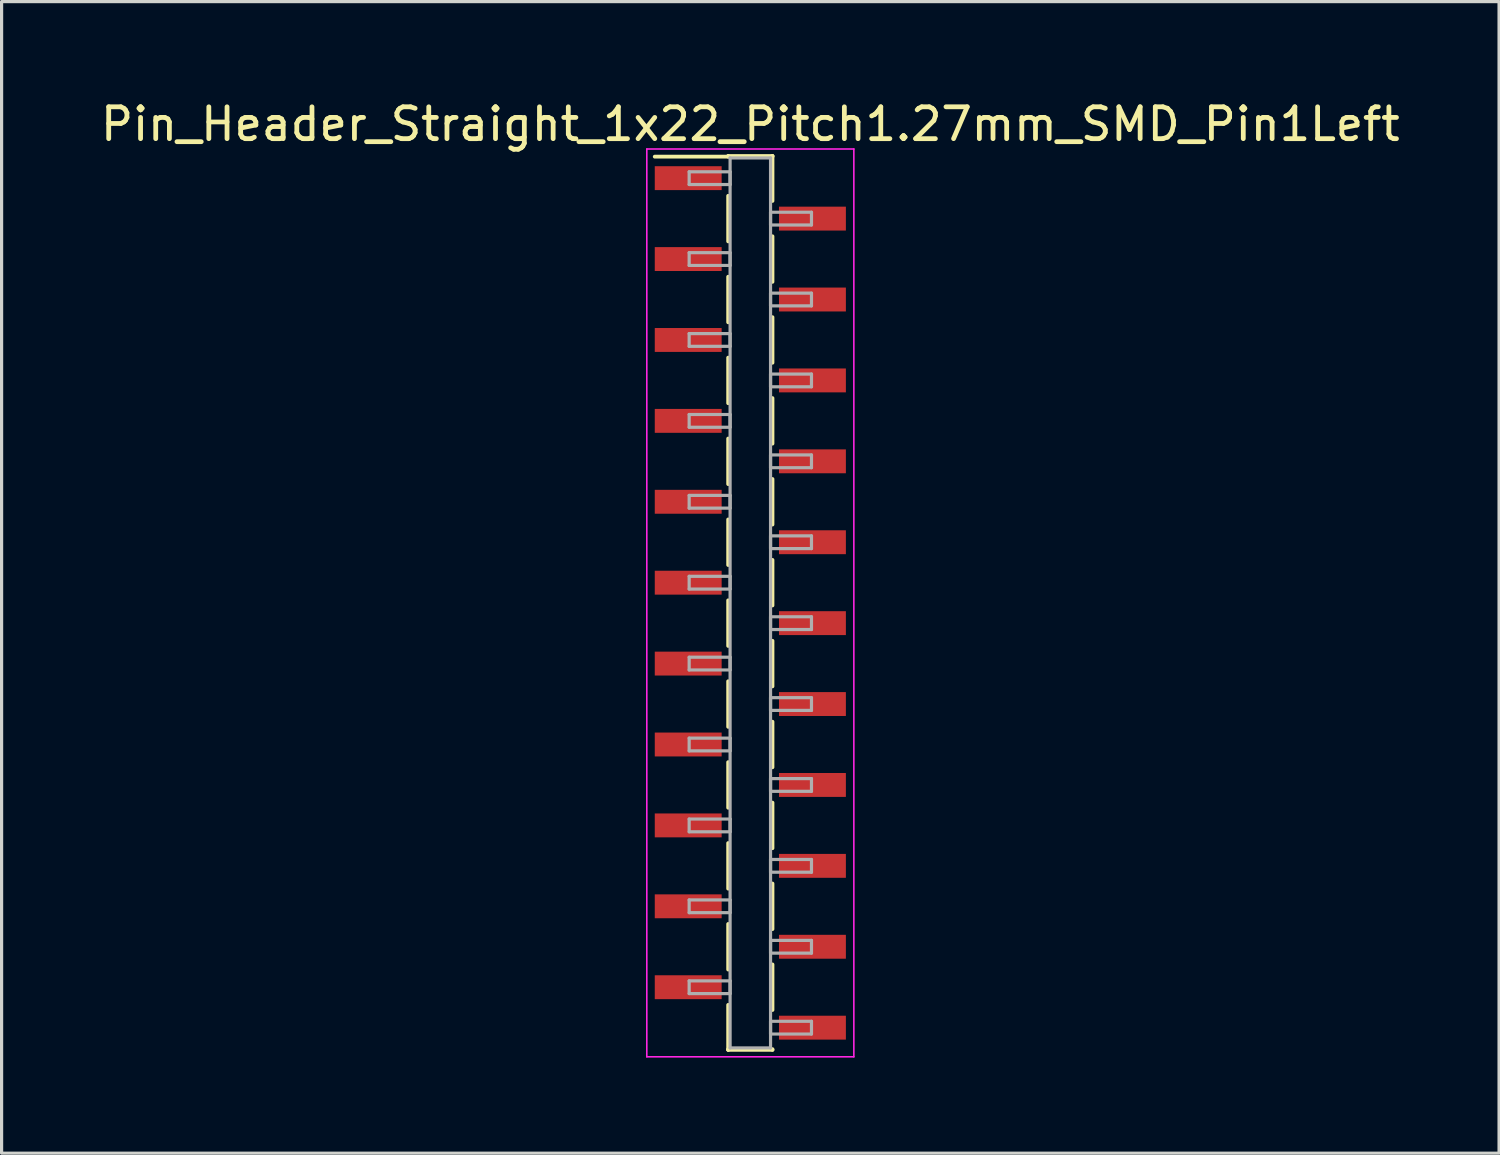
<source format=kicad_pcb>
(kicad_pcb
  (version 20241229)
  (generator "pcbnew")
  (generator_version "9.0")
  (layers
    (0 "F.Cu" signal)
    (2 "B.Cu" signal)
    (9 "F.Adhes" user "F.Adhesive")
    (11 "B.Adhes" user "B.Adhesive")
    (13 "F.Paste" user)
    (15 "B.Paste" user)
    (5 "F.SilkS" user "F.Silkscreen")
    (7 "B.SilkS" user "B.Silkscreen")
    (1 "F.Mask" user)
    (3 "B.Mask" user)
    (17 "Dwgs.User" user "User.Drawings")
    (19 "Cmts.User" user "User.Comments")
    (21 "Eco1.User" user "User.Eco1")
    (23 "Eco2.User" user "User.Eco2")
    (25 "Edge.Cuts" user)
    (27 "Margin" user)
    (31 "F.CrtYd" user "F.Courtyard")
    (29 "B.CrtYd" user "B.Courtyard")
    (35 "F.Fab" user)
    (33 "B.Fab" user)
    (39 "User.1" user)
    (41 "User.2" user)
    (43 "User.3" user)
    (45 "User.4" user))
  (footprint "Pin_Header_Straight_1x22_Pitch1.27mm_SMD_Pin1Left"
    (layer "F.Cu")
    (at 20.506 15.878)
    (property "Reference" "Pin_Header_Straight_1x22_Pitch1.27mm_SMD_Pin1Left" (at 0 -15.03 0) (layer "F.SilkS") (effects (font (size 1 1) (thickness 0.15))))
    (attr smd)
    (fp_line (start -0.695 -14.03) (end 0.695 -14.03) (stroke (width 0.12) (type solid)) (layer "F.SilkS"))
    (fp_line (start -0.695 -14.01) (end -3 -14.01) (stroke (width 0.12) (type solid)) (layer "F.SilkS"))
    (fp_line (start -0.695 -14.01) (end -0.695 -14.03) (stroke (width 0.12) (type solid)) (layer "F.SilkS"))
    (fp_line (start -0.695 -12.78) (end -0.695 -11.35) (stroke (width 0.12) (type solid)) (layer "F.SilkS"))
    (fp_line (start -0.695 -10.24) (end -0.695 -8.81) (stroke (width 0.12) (type solid)) (layer "F.SilkS"))
    (fp_line (start -0.695 -7.7) (end -0.695 -6.27) (stroke (width 0.12) (type solid)) (layer "F.SilkS"))
    (fp_line (start -0.695 -5.16) (end -0.695 -3.73) (stroke (width 0.12) (type solid)) (layer "F.SilkS"))
    (fp_line (start -0.695 -2.62) (end -0.695 -1.19) (stroke (width 0.12) (type solid)) (layer "F.SilkS"))
    (fp_line (start -0.695 -0.08) (end -0.695 1.35) (stroke (width 0.12) (type solid)) (layer "F.SilkS"))
    (fp_line (start -0.695 2.46) (end -0.695 3.89) (stroke (width 0.12) (type solid)) (layer "F.SilkS"))
    (fp_line (start -0.695 5) (end -0.695 6.43) (stroke (width 0.12) (type solid)) (layer "F.SilkS"))
    (fp_line (start -0.695 7.54) (end -0.695 8.97) (stroke (width 0.12) (type solid)) (layer "F.SilkS"))
    (fp_line (start -0.695 10.08) (end -0.695 11.51) (stroke (width 0.12) (type solid)) (layer "F.SilkS"))
    (fp_line (start -0.695 12.62) (end -0.695 14.03) (stroke (width 0.12) (type solid)) (layer "F.SilkS"))
    (fp_line (start -0.695 14.01) (end -0.695 14.03) (stroke (width 0.12) (type solid)) (layer "F.SilkS"))
    (fp_line (start -0.695 14.03) (end 0.695 14.03) (stroke (width 0.12) (type solid)) (layer "F.SilkS"))
    (fp_line (start 0.695 -14.03) (end 0.695 -14.01) (stroke (width 0.12) (type solid)) (layer "F.SilkS"))
    (fp_line (start 0.695 -14.03) (end 0.695 -12.62) (stroke (width 0.12) (type solid)) (layer "F.SilkS"))
    (fp_line (start 0.695 -11.51) (end 0.695 -10.08) (stroke (width 0.12) (type solid)) (layer "F.SilkS"))
    (fp_line (start 0.695 -8.97) (end 0.695 -7.54) (stroke (width 0.12) (type solid)) (layer "F.SilkS"))
    (fp_line (start 0.695 -6.43) (end 0.695 -5) (stroke (width 0.12) (type solid)) (layer "F.SilkS"))
    (fp_line (start 0.695 -3.89) (end 0.695 -2.46) (stroke (width 0.12) (type solid)) (layer "F.SilkS"))
    (fp_line (start 0.695 -1.35) (end 0.695 0.08) (stroke (width 0.12) (type solid)) (layer "F.SilkS"))
    (fp_line (start 0.695 1.19) (end 0.695 2.62) (stroke (width 0.12) (type solid)) (layer "F.SilkS"))
    (fp_line (start 0.695 3.73) (end 0.695 5.16) (stroke (width 0.12) (type solid)) (layer "F.SilkS"))
    (fp_line (start 0.695 6.27) (end 0.695 7.7) (stroke (width 0.12) (type solid)) (layer "F.SilkS"))
    (fp_line (start 0.695 8.81) (end 0.695 10.24) (stroke (width 0.12) (type solid)) (layer "F.SilkS"))
    (fp_line (start 0.695 11.35) (end 0.695 12.78) (stroke (width 0.12) (type solid)) (layer "F.SilkS"))
    (fp_line (start 0.695 14.03) (end 0.695 14.01) (stroke (width 0.12) (type solid)) (layer "F.SilkS"))
    (fp_line (start -3.25 -14.25) (end -3.25 14.25) (stroke (width 0.05) (type solid)) (layer "F.CrtYd"))
    (fp_line (start -3.25 14.25) (end 3.25 14.25) (stroke (width 0.05) (type solid)) (layer "F.CrtYd"))
    (fp_line (start 3.25 -14.25) (end -3.25 -14.25) (stroke (width 0.05) (type solid)) (layer "F.CrtYd"))
    (fp_line (start 3.25 14.25) (end 3.25 -14.25) (stroke (width 0.05) (type solid)) (layer "F.CrtYd"))
    (fp_line (start -1.92 -13.535) (end -0.635 -13.535) (stroke (width 0.1) (type solid)) (layer "F.Fab"))
    (fp_line (start -1.92 -13.135) (end -1.92 -13.535) (stroke (width 0.1) (type solid)) (layer "F.Fab"))
    (fp_line (start -1.92 -10.995) (end -0.635 -10.995) (stroke (width 0.1) (type solid)) (layer "F.Fab"))
    (fp_line (start -1.92 -10.595) (end -1.92 -10.995) (stroke (width 0.1) (type solid)) (layer "F.Fab"))
    (fp_line (start -1.92 -8.455) (end -0.635 -8.455) (stroke (width 0.1) (type solid)) (layer "F.Fab"))
    (fp_line (start -1.92 -8.055) (end -1.92 -8.455) (stroke (width 0.1) (type solid)) (layer "F.Fab"))
    (fp_line (start -1.92 -5.915) (end -0.635 -5.915) (stroke (width 0.1) (type solid)) (layer "F.Fab"))
    (fp_line (start -1.92 -5.515) (end -1.92 -5.915) (stroke (width 0.1) (type solid)) (layer "F.Fab"))
    (fp_line (start -1.92 -3.375) (end -0.635 -3.375) (stroke (width 0.1) (type solid)) (layer "F.Fab"))
    (fp_line (start -1.92 -2.975) (end -1.92 -3.375) (stroke (width 0.1) (type solid)) (layer "F.Fab"))
    (fp_line (start -1.92 -0.835) (end -0.635 -0.835) (stroke (width 0.1) (type solid)) (layer "F.Fab"))
    (fp_line (start -1.92 -0.435) (end -1.92 -0.835) (stroke (width 0.1) (type solid)) (layer "F.Fab"))
    (fp_line (start -1.92 1.705) (end -0.635 1.705) (stroke (width 0.1) (type solid)) (layer "F.Fab"))
    (fp_line (start -1.92 2.105) (end -1.92 1.705) (stroke (width 0.1) (type solid)) (layer "F.Fab"))
    (fp_line (start -1.92 4.245) (end -0.635 4.245) (stroke (width 0.1) (type solid)) (layer "F.Fab"))
    (fp_line (start -1.92 4.645) (end -1.92 4.245) (stroke (width 0.1) (type solid)) (layer "F.Fab"))
    (fp_line (start -1.92 6.785) (end -0.635 6.785) (stroke (width 0.1) (type solid)) (layer "F.Fab"))
    (fp_line (start -1.92 7.185) (end -1.92 6.785) (stroke (width 0.1) (type solid)) (layer "F.Fab"))
    (fp_line (start -1.92 9.325) (end -0.635 9.325) (stroke (width 0.1) (type solid)) (layer "F.Fab"))
    (fp_line (start -1.92 9.725) (end -1.92 9.325) (stroke (width 0.1) (type solid)) (layer "F.Fab"))
    (fp_line (start -1.92 11.865) (end -0.635 11.865) (stroke (width 0.1) (type solid)) (layer "F.Fab"))
    (fp_line (start -1.92 12.265) (end -1.92 11.865) (stroke (width 0.1) (type solid)) (layer "F.Fab"))
    (fp_line (start -0.635 -13.97) (end -0.635 13.97) (stroke (width 0.1) (type solid)) (layer "F.Fab"))
    (fp_line (start -0.635 -13.535) (end -0.635 -13.135) (stroke (width 0.1) (type solid)) (layer "F.Fab"))
    (fp_line (start -0.635 -13.135) (end -1.92 -13.135) (stroke (width 0.1) (type solid)) (layer "F.Fab"))
    (fp_line (start -0.635 -10.995) (end -0.635 -10.595) (stroke (width 0.1) (type solid)) (layer "F.Fab"))
    (fp_line (start -0.635 -10.595) (end -1.92 -10.595) (stroke (width 0.1) (type solid)) (layer "F.Fab"))
    (fp_line (start -0.635 -8.455) (end -0.635 -8.055) (stroke (width 0.1) (type solid)) (layer "F.Fab"))
    (fp_line (start -0.635 -8.055) (end -1.92 -8.055) (stroke (width 0.1) (type solid)) (layer "F.Fab"))
    (fp_line (start -0.635 -5.915) (end -0.635 -5.515) (stroke (width 0.1) (type solid)) (layer "F.Fab"))
    (fp_line (start -0.635 -5.515) (end -1.92 -5.515) (stroke (width 0.1) (type solid)) (layer "F.Fab"))
    (fp_line (start -0.635 -3.375) (end -0.635 -2.975) (stroke (width 0.1) (type solid)) (layer "F.Fab"))
    (fp_line (start -0.635 -2.975) (end -1.92 -2.975) (stroke (width 0.1) (type solid)) (layer "F.Fab"))
    (fp_line (start -0.635 -0.835) (end -0.635 -0.435) (stroke (width 0.1) (type solid)) (layer "F.Fab"))
    (fp_line (start -0.635 -0.435) (end -1.92 -0.435) (stroke (width 0.1) (type solid)) (layer "F.Fab"))
    (fp_line (start -0.635 1.705) (end -0.635 2.105) (stroke (width 0.1) (type solid)) (layer "F.Fab"))
    (fp_line (start -0.635 2.105) (end -1.92 2.105) (stroke (width 0.1) (type solid)) (layer "F.Fab"))
    (fp_line (start -0.635 4.245) (end -0.635 4.645) (stroke (width 0.1) (type solid)) (layer "F.Fab"))
    (fp_line (start -0.635 4.645) (end -1.92 4.645) (stroke (width 0.1) (type solid)) (layer "F.Fab"))
    (fp_line (start -0.635 6.785) (end -0.635 7.185) (stroke (width 0.1) (type solid)) (layer "F.Fab"))
    (fp_line (start -0.635 7.185) (end -1.92 7.185) (stroke (width 0.1) (type solid)) (layer "F.Fab"))
    (fp_line (start -0.635 9.325) (end -0.635 9.725) (stroke (width 0.1) (type solid)) (layer "F.Fab"))
    (fp_line (start -0.635 9.725) (end -1.92 9.725) (stroke (width 0.1) (type solid)) (layer "F.Fab"))
    (fp_line (start -0.635 11.865) (end -0.635 12.265) (stroke (width 0.1) (type solid)) (layer "F.Fab"))
    (fp_line (start -0.635 12.265) (end -1.92 12.265) (stroke (width 0.1) (type solid)) (layer "F.Fab"))
    (fp_line (start -0.635 13.97) (end 0.635 13.97) (stroke (width 0.1) (type solid)) (layer "F.Fab"))
    (fp_line (start 0.635 -13.97) (end -0.635 -13.97) (stroke (width 0.1) (type solid)) (layer "F.Fab"))
    (fp_line (start 0.635 -12.265) (end 0.635 -11.865) (stroke (width 0.1) (type solid)) (layer "F.Fab"))
    (fp_line (start 0.635 -11.865) (end 1.92 -11.865) (stroke (width 0.1) (type solid)) (layer "F.Fab"))
    (fp_line (start 0.635 -9.725) (end 0.635 -9.325) (stroke (width 0.1) (type solid)) (layer "F.Fab"))
    (fp_line (start 0.635 -9.325) (end 1.92 -9.325) (stroke (width 0.1) (type solid)) (layer "F.Fab"))
    (fp_line (start 0.635 -7.185) (end 0.635 -6.785) (stroke (width 0.1) (type solid)) (layer "F.Fab"))
    (fp_line (start 0.635 -6.785) (end 1.92 -6.785) (stroke (width 0.1) (type solid)) (layer "F.Fab"))
    (fp_line (start 0.635 -4.645) (end 0.635 -4.245) (stroke (width 0.1) (type solid)) (layer "F.Fab"))
    (fp_line (start 0.635 -4.245) (end 1.92 -4.245) (stroke (width 0.1) (type solid)) (layer "F.Fab"))
    (fp_line (start 0.635 -2.105) (end 0.635 -1.705) (stroke (width 0.1) (type solid)) (layer "F.Fab"))
    (fp_line (start 0.635 -1.705) (end 1.92 -1.705) (stroke (width 0.1) (type solid)) (layer "F.Fab"))
    (fp_line (start 0.635 0.435) (end 0.635 0.835) (stroke (width 0.1) (type solid)) (layer "F.Fab"))
    (fp_line (start 0.635 0.835) (end 1.92 0.835) (stroke (width 0.1) (type solid)) (layer "F.Fab"))
    (fp_line (start 0.635 2.975) (end 0.635 3.375) (stroke (width 0.1) (type solid)) (layer "F.Fab"))
    (fp_line (start 0.635 3.375) (end 1.92 3.375) (stroke (width 0.1) (type solid)) (layer "F.Fab"))
    (fp_line (start 0.635 5.515) (end 0.635 5.915) (stroke (width 0.1) (type solid)) (layer "F.Fab"))
    (fp_line (start 0.635 5.915) (end 1.92 5.915) (stroke (width 0.1) (type solid)) (layer "F.Fab"))
    (fp_line (start 0.635 8.055) (end 0.635 8.455) (stroke (width 0.1) (type solid)) (layer "F.Fab"))
    (fp_line (start 0.635 8.455) (end 1.92 8.455) (stroke (width 0.1) (type solid)) (layer "F.Fab"))
    (fp_line (start 0.635 10.595) (end 0.635 10.995) (stroke (width 0.1) (type solid)) (layer "F.Fab"))
    (fp_line (start 0.635 10.995) (end 1.92 10.995) (stroke (width 0.1) (type solid)) (layer "F.Fab"))
    (fp_line (start 0.635 13.135) (end 0.635 13.535) (stroke (width 0.1) (type solid)) (layer "F.Fab"))
    (fp_line (start 0.635 13.535) (end 1.92 13.535) (stroke (width 0.1) (type solid)) (layer "F.Fab"))
    (fp_line (start 0.635 13.97) (end 0.635 -13.97) (stroke (width 0.1) (type solid)) (layer "F.Fab"))
    (fp_line (start 1.92 -12.265) (end 0.635 -12.265) (stroke (width 0.1) (type solid)) (layer "F.Fab"))
    (fp_line (start 1.92 -11.865) (end 1.92 -12.265) (stroke (width 0.1) (type solid)) (layer "F.Fab"))
    (fp_line (start 1.92 -9.725) (end 0.635 -9.725) (stroke (width 0.1) (type solid)) (layer "F.Fab"))
    (fp_line (start 1.92 -9.325) (end 1.92 -9.725) (stroke (width 0.1) (type solid)) (layer "F.Fab"))
    (fp_line (start 1.92 -7.185) (end 0.635 -7.185) (stroke (width 0.1) (type solid)) (layer "F.Fab"))
    (fp_line (start 1.92 -6.785) (end 1.92 -7.185) (stroke (width 0.1) (type solid)) (layer "F.Fab"))
    (fp_line (start 1.92 -4.645) (end 0.635 -4.645) (stroke (width 0.1) (type solid)) (layer "F.Fab"))
    (fp_line (start 1.92 -4.245) (end 1.92 -4.645) (stroke (width 0.1) (type solid)) (layer "F.Fab"))
    (fp_line (start 1.92 -2.105) (end 0.635 -2.105) (stroke (width 0.1) (type solid)) (layer "F.Fab"))
    (fp_line (start 1.92 -1.705) (end 1.92 -2.105) (stroke (width 0.1) (type solid)) (layer "F.Fab"))
    (fp_line (start 1.92 0.435) (end 0.635 0.435) (stroke (width 0.1) (type solid)) (layer "F.Fab"))
    (fp_line (start 1.92 0.835) (end 1.92 0.435) (stroke (width 0.1) (type solid)) (layer "F.Fab"))
    (fp_line (start 1.92 2.975) (end 0.635 2.975) (stroke (width 0.1) (type solid)) (layer "F.Fab"))
    (fp_line (start 1.92 3.375) (end 1.92 2.975) (stroke (width 0.1) (type solid)) (layer "F.Fab"))
    (fp_line (start 1.92 5.515) (end 0.635 5.515) (stroke (width 0.1) (type solid)) (layer "F.Fab"))
    (fp_line (start 1.92 5.915) (end 1.92 5.515) (stroke (width 0.1) (type solid)) (layer "F.Fab"))
    (fp_line (start 1.92 8.055) (end 0.635 8.055) (stroke (width 0.1) (type solid)) (layer "F.Fab"))
    (fp_line (start 1.92 8.455) (end 1.92 8.055) (stroke (width 0.1) (type solid)) (layer "F.Fab"))
    (fp_line (start 1.92 10.595) (end 0.635 10.595) (stroke (width 0.1) (type solid)) (layer "F.Fab"))
    (fp_line (start 1.92 10.995) (end 1.92 10.595) (stroke (width 0.1) (type solid)) (layer "F.Fab"))
    (fp_line (start 1.92 13.135) (end 0.635 13.135) (stroke (width 0.1) (type solid)) (layer "F.Fab"))
    (fp_line (start 1.92 13.535) (end 1.92 13.135) (stroke (width 0.1) (type solid)) (layer "F.Fab"))
    (pad "1" smd rect (at -1.95 -13.335) (size 2.1 0.75) (layers "F.Cu" "F.Mask"))
    (pad "2" smd rect (at 1.95 -12.065) (size 2.1 0.75) (layers "F.Cu" "F.Mask"))
    (pad "3" smd rect (at -1.95 -10.795) (size 2.1 0.75) (layers "F.Cu" "F.Mask"))
    (pad "4" smd rect (at 1.95 -9.525) (size 2.1 0.75) (layers "F.Cu" "F.Mask"))
    (pad "5" smd rect (at -1.95 -8.255) (size 2.1 0.75) (layers "F.Cu" "F.Mask"))
    (pad "6" smd rect (at 1.95 -6.985) (size 2.1 0.75) (layers "F.Cu" "F.Mask"))
    (pad "7" smd rect (at -1.95 -5.715) (size 2.1 0.75) (layers "F.Cu" "F.Mask"))
    (pad "8" smd rect (at 1.95 -4.445) (size 2.1 0.75) (layers "F.Cu" "F.Mask"))
    (pad "9" smd rect (at -1.95 -3.175) (size 2.1 0.75) (layers "F.Cu" "F.Mask"))
    (pad "10" smd rect (at 1.95 -1.905) (size 2.1 0.75) (layers "F.Cu" "F.Mask"))
    (pad "11" smd rect (at -1.95 -0.635) (size 2.1 0.75) (layers "F.Cu" "F.Mask"))
    (pad "12" smd rect (at 1.95 0.635) (size 2.1 0.75) (layers "F.Cu" "F.Mask"))
    (pad "13" smd rect (at -1.95 1.905) (size 2.1 0.75) (layers "F.Cu" "F.Mask"))
    (pad "14" smd rect (at 1.95 3.175) (size 2.1 0.75) (layers "F.Cu" "F.Mask"))
    (pad "15" smd rect (at -1.95 4.445) (size 2.1 0.75) (layers "F.Cu" "F.Mask"))
    (pad "16" smd rect (at 1.95 5.715) (size 2.1 0.75) (layers "F.Cu" "F.Mask"))
    (pad "17" smd rect (at -1.95 6.985) (size 2.1 0.75) (layers "F.Cu" "F.Mask"))
    (pad "18" smd rect (at 1.95 8.255) (size 2.1 0.75) (layers "F.Cu" "F.Mask"))
    (pad "19" smd rect (at -1.95 9.525) (size 2.1 0.75) (layers "F.Cu" "F.Mask"))
    (pad "20" smd rect (at 1.95 10.795) (size 2.1 0.75) (layers "F.Cu" "F.Mask"))
    (pad "21" smd rect (at -1.95 12.065) (size 2.1 0.75) (layers "F.Cu" "F.Mask"))
    (pad "22" smd rect (at 1.95 13.335) (size 2.1 0.75) (layers "F.Cu" "F.Mask")))
  (gr_rect
    (start -3 -3)
    (end 44.012 33.153)
    (stroke (width 0.1) (type default))
    (fill no)
    (layer "Edge.Cuts")))
</source>
